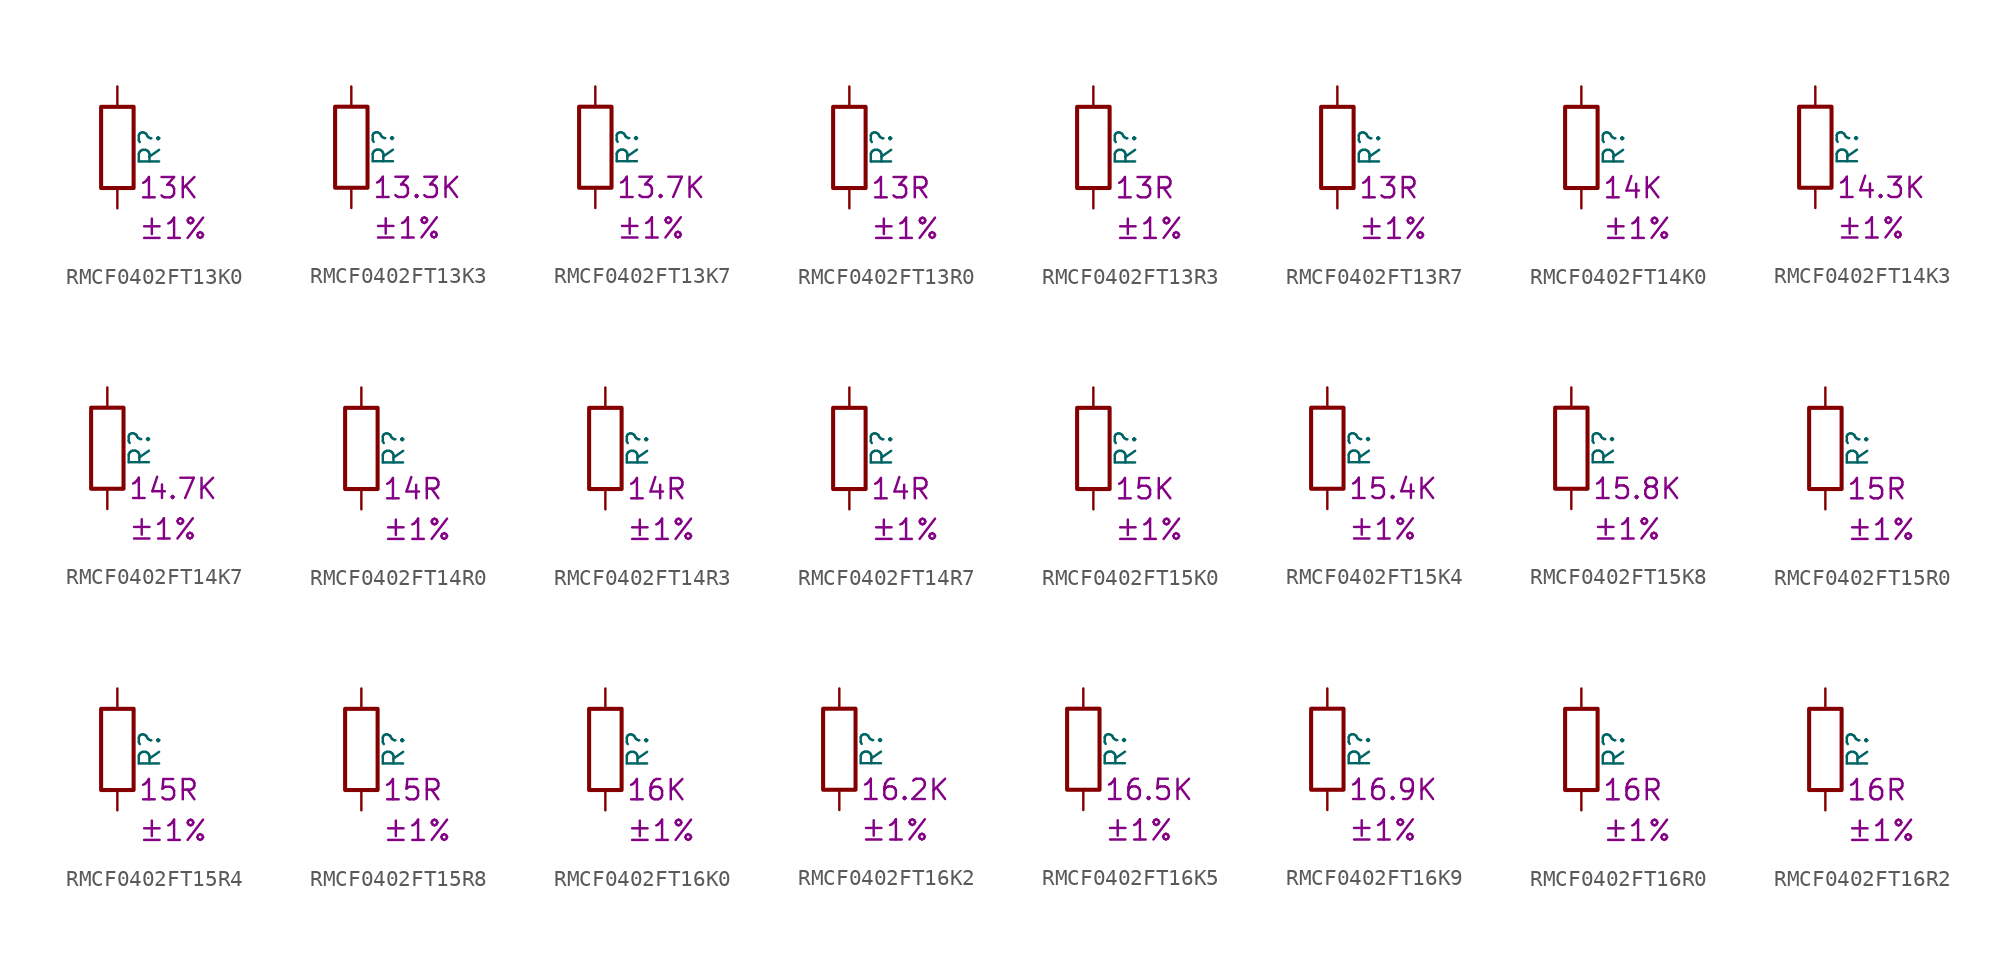
<source format=kicad_sym>
(kicad_symbol_lib
  (version 20220914)
  (generator kicad_symbol_editor)
  (symbol "RMCF0402FT13K0"
    (pin_numbers hide)
    (pin_names
      (offset 0))
    (property "Reference" "R"
      (at 2.032 0 90)
      (effects (font (size 1.27 1.27))))
    (property "Resistance" "13K"
      (at 1.27 -2.54 0)
      (effects (font (size 1.27 1.27)) (justify left)))
    (property "Tolerance" "±1%"
      (at 1.27 -5.08 0)
      (effects (font (size 1.27 1.27)) (justify left)))
    (symbol "RMCF0402FT13K0_0_1"
      (rectangle (start -1.016 -2.54) (end 1.016 2.54) (stroke (width 0.254) (type default)) (fill (type none))))
    (symbol "RMCF0402FT13K0_1_1"
      (pin passive line (at 0 3.81 270) (length 1.27) (name "~" (effects (font (size 1.27 1.27)))) (number "1" (effects (font (size 1.27 1.27)))))
      (pin passive line (at 0 -3.81 90) (length 1.27) (name "~" (effects (font (size 1.27 1.27)))) (number "2" (effects (font (size 1.27 1.27)))))))
  (symbol "RMCF0402FT13K3"
    (pin_numbers hide)
    (pin_names
      (offset 0))
    (property "Reference" "R"
      (at 2.032 0 90)
      (effects (font (size 1.27 1.27))))
    (property "Resistance" "13.3K"
      (at 1.27 -2.54 0)
      (effects (font (size 1.27 1.27)) (justify left)))
    (property "Tolerance" "±1%"
      (at 1.27 -5.08 0)
      (effects (font (size 1.27 1.27)) (justify left)))
    (symbol "RMCF0402FT13K3_0_1"
      (rectangle (start -1.016 -2.54) (end 1.016 2.54) (stroke (width 0.254) (type default)) (fill (type none))))
    (symbol "RMCF0402FT13K3_1_1"
      (pin passive line (at 0 3.81 270) (length 1.27) (name "~" (effects (font (size 1.27 1.27)))) (number "1" (effects (font (size 1.27 1.27)))))
      (pin passive line (at 0 -3.81 90) (length 1.27) (name "~" (effects (font (size 1.27 1.27)))) (number "2" (effects (font (size 1.27 1.27)))))))
  (symbol "RMCF0402FT13K7"
    (pin_numbers hide)
    (pin_names
      (offset 0))
    (property "Reference" "R"
      (at 2.032 0 90)
      (effects (font (size 1.27 1.27))))
    (property "Resistance" "13.7K"
      (at 1.27 -2.54 0)
      (effects (font (size 1.27 1.27)) (justify left)))
    (property "Tolerance" "±1%"
      (at 1.27 -5.08 0)
      (effects (font (size 1.27 1.27)) (justify left)))
    (symbol "RMCF0402FT13K7_0_1"
      (rectangle (start -1.016 -2.54) (end 1.016 2.54) (stroke (width 0.254) (type default)) (fill (type none))))
    (symbol "RMCF0402FT13K7_1_1"
      (pin passive line (at 0 3.81 270) (length 1.27) (name "~" (effects (font (size 1.27 1.27)))) (number "1" (effects (font (size 1.27 1.27)))))
      (pin passive line (at 0 -3.81 90) (length 1.27) (name "~" (effects (font (size 1.27 1.27)))) (number "2" (effects (font (size 1.27 1.27)))))))
  (symbol "RMCF0402FT13R0"
    (pin_numbers hide)
    (pin_names
      (offset 0))
    (property "Reference" "R"
      (at 2.032 0 90)
      (effects (font (size 1.27 1.27))))
    (property "Resistance" "13R"
      (at 1.27 -2.54 0)
      (effects (font (size 1.27 1.27)) (justify left)))
    (property "Tolerance" "±1%"
      (at 1.27 -5.08 0)
      (effects (font (size 1.27 1.27)) (justify left)))
    (symbol "RMCF0402FT13R0_0_1"
      (rectangle (start -1.016 -2.54) (end 1.016 2.54) (stroke (width 0.254) (type default)) (fill (type none))))
    (symbol "RMCF0402FT13R0_1_1"
      (pin passive line (at 0 3.81 270) (length 1.27) (name "~" (effects (font (size 1.27 1.27)))) (number "1" (effects (font (size 1.27 1.27)))))
      (pin passive line (at 0 -3.81 90) (length 1.27) (name "~" (effects (font (size 1.27 1.27)))) (number "2" (effects (font (size 1.27 1.27)))))))
  (symbol "RMCF0402FT13R3"
    (pin_numbers hide)
    (pin_names
      (offset 0))
    (property "Reference" "R"
      (at 2.032 0 90)
      (effects (font (size 1.27 1.27))))
    (property "Resistance" "13R"
      (at 1.27 -2.54 0)
      (effects (font (size 1.27 1.27)) (justify left)))
    (property "Tolerance" "±1%"
      (at 1.27 -5.08 0)
      (effects (font (size 1.27 1.27)) (justify left)))
    (symbol "RMCF0402FT13R3_0_1"
      (rectangle (start -1.016 -2.54) (end 1.016 2.54) (stroke (width 0.254) (type default)) (fill (type none))))
    (symbol "RMCF0402FT13R3_1_1"
      (pin passive line (at 0 3.81 270) (length 1.27) (name "~" (effects (font (size 1.27 1.27)))) (number "1" (effects (font (size 1.27 1.27)))))
      (pin passive line (at 0 -3.81 90) (length 1.27) (name "~" (effects (font (size 1.27 1.27)))) (number "2" (effects (font (size 1.27 1.27)))))))
  (symbol "RMCF0402FT13R7"
    (pin_numbers hide)
    (pin_names
      (offset 0))
    (property "Reference" "R"
      (at 2.032 0 90)
      (effects (font (size 1.27 1.27))))
    (property "Resistance" "13R"
      (at 1.27 -2.54 0)
      (effects (font (size 1.27 1.27)) (justify left)))
    (property "Tolerance" "±1%"
      (at 1.27 -5.08 0)
      (effects (font (size 1.27 1.27)) (justify left)))
    (symbol "RMCF0402FT13R7_0_1"
      (rectangle (start -1.016 -2.54) (end 1.016 2.54) (stroke (width 0.254) (type default)) (fill (type none))))
    (symbol "RMCF0402FT13R7_1_1"
      (pin passive line (at 0 3.81 270) (length 1.27) (name "~" (effects (font (size 1.27 1.27)))) (number "1" (effects (font (size 1.27 1.27)))))
      (pin passive line (at 0 -3.81 90) (length 1.27) (name "~" (effects (font (size 1.27 1.27)))) (number "2" (effects (font (size 1.27 1.27)))))))
  (symbol "RMCF0402FT14K0"
    (pin_numbers hide)
    (pin_names
      (offset 0))
    (property "Reference" "R"
      (at 2.032 0 90)
      (effects (font (size 1.27 1.27))))
    (property "Resistance" "14K"
      (at 1.27 -2.54 0)
      (effects (font (size 1.27 1.27)) (justify left)))
    (property "Tolerance" "±1%"
      (at 1.27 -5.08 0)
      (effects (font (size 1.27 1.27)) (justify left)))
    (symbol "RMCF0402FT14K0_0_1"
      (rectangle (start -1.016 -2.54) (end 1.016 2.54) (stroke (width 0.254) (type default)) (fill (type none))))
    (symbol "RMCF0402FT14K0_1_1"
      (pin passive line (at 0 3.81 270) (length 1.27) (name "~" (effects (font (size 1.27 1.27)))) (number "1" (effects (font (size 1.27 1.27)))))
      (pin passive line (at 0 -3.81 90) (length 1.27) (name "~" (effects (font (size 1.27 1.27)))) (number "2" (effects (font (size 1.27 1.27)))))))
  (symbol "RMCF0402FT14K3"
    (pin_numbers hide)
    (pin_names
      (offset 0))
    (property "Reference" "R"
      (at 2.032 0 90)
      (effects (font (size 1.27 1.27))))
    (property "Resistance" "14.3K"
      (at 1.27 -2.54 0)
      (effects (font (size 1.27 1.27)) (justify left)))
    (property "Tolerance" "±1%"
      (at 1.27 -5.08 0)
      (effects (font (size 1.27 1.27)) (justify left)))
    (symbol "RMCF0402FT14K3_0_1"
      (rectangle (start -1.016 -2.54) (end 1.016 2.54) (stroke (width 0.254) (type default)) (fill (type none))))
    (symbol "RMCF0402FT14K3_1_1"
      (pin passive line (at 0 3.81 270) (length 1.27) (name "~" (effects (font (size 1.27 1.27)))) (number "1" (effects (font (size 1.27 1.27)))))
      (pin passive line (at 0 -3.81 90) (length 1.27) (name "~" (effects (font (size 1.27 1.27)))) (number "2" (effects (font (size 1.27 1.27)))))))
  (symbol "RMCF0402FT14K7"
    (pin_numbers hide)
    (pin_names
      (offset 0))
    (property "Reference" "R"
      (at 2.032 0 90)
      (effects (font (size 1.27 1.27))))
    (property "Resistance" "14.7K"
      (at 1.27 -2.54 0)
      (effects (font (size 1.27 1.27)) (justify left)))
    (property "Tolerance" "±1%"
      (at 1.27 -5.08 0)
      (effects (font (size 1.27 1.27)) (justify left)))
    (symbol "RMCF0402FT14K7_0_1"
      (rectangle (start -1.016 -2.54) (end 1.016 2.54) (stroke (width 0.254) (type default)) (fill (type none))))
    (symbol "RMCF0402FT14K7_1_1"
      (pin passive line (at 0 3.81 270) (length 1.27) (name "~" (effects (font (size 1.27 1.27)))) (number "1" (effects (font (size 1.27 1.27)))))
      (pin passive line (at 0 -3.81 90) (length 1.27) (name "~" (effects (font (size 1.27 1.27)))) (number "2" (effects (font (size 1.27 1.27)))))))
  (symbol "RMCF0402FT14R0"
    (pin_numbers hide)
    (pin_names
      (offset 0))
    (property "Reference" "R"
      (at 2.032 0 90)
      (effects (font (size 1.27 1.27))))
    (property "Resistance" "14R"
      (at 1.27 -2.54 0)
      (effects (font (size 1.27 1.27)) (justify left)))
    (property "Tolerance" "±1%"
      (at 1.27 -5.08 0)
      (effects (font (size 1.27 1.27)) (justify left)))
    (symbol "RMCF0402FT14R0_0_1"
      (rectangle (start -1.016 -2.54) (end 1.016 2.54) (stroke (width 0.254) (type default)) (fill (type none))))
    (symbol "RMCF0402FT14R0_1_1"
      (pin passive line (at 0 3.81 270) (length 1.27) (name "~" (effects (font (size 1.27 1.27)))) (number "1" (effects (font (size 1.27 1.27)))))
      (pin passive line (at 0 -3.81 90) (length 1.27) (name "~" (effects (font (size 1.27 1.27)))) (number "2" (effects (font (size 1.27 1.27)))))))
  (symbol "RMCF0402FT14R3"
    (pin_numbers hide)
    (pin_names
      (offset 0))
    (property "Reference" "R"
      (at 2.032 0 90)
      (effects (font (size 1.27 1.27))))
    (property "Resistance" "14R"
      (at 1.27 -2.54 0)
      (effects (font (size 1.27 1.27)) (justify left)))
    (property "Tolerance" "±1%"
      (at 1.27 -5.08 0)
      (effects (font (size 1.27 1.27)) (justify left)))
    (symbol "RMCF0402FT14R3_0_1"
      (rectangle (start -1.016 -2.54) (end 1.016 2.54) (stroke (width 0.254) (type default)) (fill (type none))))
    (symbol "RMCF0402FT14R3_1_1"
      (pin passive line (at 0 3.81 270) (length 1.27) (name "~" (effects (font (size 1.27 1.27)))) (number "1" (effects (font (size 1.27 1.27)))))
      (pin passive line (at 0 -3.81 90) (length 1.27) (name "~" (effects (font (size 1.27 1.27)))) (number "2" (effects (font (size 1.27 1.27)))))))
  (symbol "RMCF0402FT14R7"
    (pin_numbers hide)
    (pin_names
      (offset 0))
    (property "Reference" "R"
      (at 2.032 0 90)
      (effects (font (size 1.27 1.27))))
    (property "Resistance" "14R"
      (at 1.27 -2.54 0)
      (effects (font (size 1.27 1.27)) (justify left)))
    (property "Tolerance" "±1%"
      (at 1.27 -5.08 0)
      (effects (font (size 1.27 1.27)) (justify left)))
    (symbol "RMCF0402FT14R7_0_1"
      (rectangle (start -1.016 -2.54) (end 1.016 2.54) (stroke (width 0.254) (type default)) (fill (type none))))
    (symbol "RMCF0402FT14R7_1_1"
      (pin passive line (at 0 3.81 270) (length 1.27) (name "~" (effects (font (size 1.27 1.27)))) (number "1" (effects (font (size 1.27 1.27)))))
      (pin passive line (at 0 -3.81 90) (length 1.27) (name "~" (effects (font (size 1.27 1.27)))) (number "2" (effects (font (size 1.27 1.27)))))))
  (symbol "RMCF0402FT15K0"
    (pin_numbers hide)
    (pin_names
      (offset 0))
    (property "Reference" "R"
      (at 2.032 0 90)
      (effects (font (size 1.27 1.27))))
    (property "Resistance" "15K"
      (at 1.27 -2.54 0)
      (effects (font (size 1.27 1.27)) (justify left)))
    (property "Tolerance" "±1%"
      (at 1.27 -5.08 0)
      (effects (font (size 1.27 1.27)) (justify left)))
    (symbol "RMCF0402FT15K0_0_1"
      (rectangle (start -1.016 -2.54) (end 1.016 2.54) (stroke (width 0.254) (type default)) (fill (type none))))
    (symbol "RMCF0402FT15K0_1_1"
      (pin passive line (at 0 3.81 270) (length 1.27) (name "~" (effects (font (size 1.27 1.27)))) (number "1" (effects (font (size 1.27 1.27)))))
      (pin passive line (at 0 -3.81 90) (length 1.27) (name "~" (effects (font (size 1.27 1.27)))) (number "2" (effects (font (size 1.27 1.27)))))))
  (symbol "RMCF0402FT15K4"
    (pin_numbers hide)
    (pin_names
      (offset 0))
    (property "Reference" "R"
      (at 2.032 0 90)
      (effects (font (size 1.27 1.27))))
    (property "Resistance" "15.4K"
      (at 1.27 -2.54 0)
      (effects (font (size 1.27 1.27)) (justify left)))
    (property "Tolerance" "±1%"
      (at 1.27 -5.08 0)
      (effects (font (size 1.27 1.27)) (justify left)))
    (symbol "RMCF0402FT15K4_0_1"
      (rectangle (start -1.016 -2.54) (end 1.016 2.54) (stroke (width 0.254) (type default)) (fill (type none))))
    (symbol "RMCF0402FT15K4_1_1"
      (pin passive line (at 0 3.81 270) (length 1.27) (name "~" (effects (font (size 1.27 1.27)))) (number "1" (effects (font (size 1.27 1.27)))))
      (pin passive line (at 0 -3.81 90) (length 1.27) (name "~" (effects (font (size 1.27 1.27)))) (number "2" (effects (font (size 1.27 1.27)))))))
  (symbol "RMCF0402FT15K8"
    (pin_numbers hide)
    (pin_names
      (offset 0))
    (property "Reference" "R"
      (at 2.032 0 90)
      (effects (font (size 1.27 1.27))))
    (property "Resistance" "15.8K"
      (at 1.27 -2.54 0)
      (effects (font (size 1.27 1.27)) (justify left)))
    (property "Tolerance" "±1%"
      (at 1.27 -5.08 0)
      (effects (font (size 1.27 1.27)) (justify left)))
    (symbol "RMCF0402FT15K8_0_1"
      (rectangle (start -1.016 -2.54) (end 1.016 2.54) (stroke (width 0.254) (type default)) (fill (type none))))
    (symbol "RMCF0402FT15K8_1_1"
      (pin passive line (at 0 3.81 270) (length 1.27) (name "~" (effects (font (size 1.27 1.27)))) (number "1" (effects (font (size 1.27 1.27)))))
      (pin passive line (at 0 -3.81 90) (length 1.27) (name "~" (effects (font (size 1.27 1.27)))) (number "2" (effects (font (size 1.27 1.27)))))))
  (symbol "RMCF0402FT15R0"
    (pin_numbers hide)
    (pin_names
      (offset 0))
    (property "Reference" "R"
      (at 2.032 0 90)
      (effects (font (size 1.27 1.27))))
    (property "Resistance" "15R"
      (at 1.27 -2.54 0)
      (effects (font (size 1.27 1.27)) (justify left)))
    (property "Tolerance" "±1%"
      (at 1.27 -5.08 0)
      (effects (font (size 1.27 1.27)) (justify left)))
    (symbol "RMCF0402FT15R0_0_1"
      (rectangle (start -1.016 -2.54) (end 1.016 2.54) (stroke (width 0.254) (type default)) (fill (type none))))
    (symbol "RMCF0402FT15R0_1_1"
      (pin passive line (at 0 3.81 270) (length 1.27) (name "~" (effects (font (size 1.27 1.27)))) (number "1" (effects (font (size 1.27 1.27)))))
      (pin passive line (at 0 -3.81 90) (length 1.27) (name "~" (effects (font (size 1.27 1.27)))) (number "2" (effects (font (size 1.27 1.27)))))))
  (symbol "RMCF0402FT15R4"
    (pin_numbers hide)
    (pin_names
      (offset 0))
    (property "Reference" "R"
      (at 2.032 0 90)
      (effects (font (size 1.27 1.27))))
    (property "Resistance" "15R"
      (at 1.27 -2.54 0)
      (effects (font (size 1.27 1.27)) (justify left)))
    (property "Tolerance" "±1%"
      (at 1.27 -5.08 0)
      (effects (font (size 1.27 1.27)) (justify left)))
    (symbol "RMCF0402FT15R4_0_1"
      (rectangle (start -1.016 -2.54) (end 1.016 2.54) (stroke (width 0.254) (type default)) (fill (type none))))
    (symbol "RMCF0402FT15R4_1_1"
      (pin passive line (at 0 3.81 270) (length 1.27) (name "~" (effects (font (size 1.27 1.27)))) (number "1" (effects (font (size 1.27 1.27)))))
      (pin passive line (at 0 -3.81 90) (length 1.27) (name "~" (effects (font (size 1.27 1.27)))) (number "2" (effects (font (size 1.27 1.27)))))))
  (symbol "RMCF0402FT15R8"
    (pin_numbers hide)
    (pin_names
      (offset 0))
    (property "Reference" "R"
      (at 2.032 0 90)
      (effects (font (size 1.27 1.27))))
    (property "Resistance" "15R"
      (at 1.27 -2.54 0)
      (effects (font (size 1.27 1.27)) (justify left)))
    (property "Tolerance" "±1%"
      (at 1.27 -5.08 0)
      (effects (font (size 1.27 1.27)) (justify left)))
    (symbol "RMCF0402FT15R8_0_1"
      (rectangle (start -1.016 -2.54) (end 1.016 2.54) (stroke (width 0.254) (type default)) (fill (type none))))
    (symbol "RMCF0402FT15R8_1_1"
      (pin passive line (at 0 3.81 270) (length 1.27) (name "~" (effects (font (size 1.27 1.27)))) (number "1" (effects (font (size 1.27 1.27)))))
      (pin passive line (at 0 -3.81 90) (length 1.27) (name "~" (effects (font (size 1.27 1.27)))) (number "2" (effects (font (size 1.27 1.27)))))))
  (symbol "RMCF0402FT16K0"
    (pin_numbers hide)
    (pin_names
      (offset 0))
    (property "Reference" "R"
      (at 2.032 0 90)
      (effects (font (size 1.27 1.27))))
    (property "Resistance" "16K"
      (at 1.27 -2.54 0)
      (effects (font (size 1.27 1.27)) (justify left)))
    (property "Tolerance" "±1%"
      (at 1.27 -5.08 0)
      (effects (font (size 1.27 1.27)) (justify left)))
    (symbol "RMCF0402FT16K0_0_1"
      (rectangle (start -1.016 -2.54) (end 1.016 2.54) (stroke (width 0.254) (type default)) (fill (type none))))
    (symbol "RMCF0402FT16K0_1_1"
      (pin passive line (at 0 3.81 270) (length 1.27) (name "~" (effects (font (size 1.27 1.27)))) (number "1" (effects (font (size 1.27 1.27)))))
      (pin passive line (at 0 -3.81 90) (length 1.27) (name "~" (effects (font (size 1.27 1.27)))) (number "2" (effects (font (size 1.27 1.27)))))))
  (symbol "RMCF0402FT16K2"
    (pin_numbers hide)
    (pin_names
      (offset 0))
    (property "Reference" "R"
      (at 2.032 0 90)
      (effects (font (size 1.27 1.27))))
    (property "Resistance" "16.2K"
      (at 1.27 -2.54 0)
      (effects (font (size 1.27 1.27)) (justify left)))
    (property "Tolerance" "±1%"
      (at 1.27 -5.08 0)
      (effects (font (size 1.27 1.27)) (justify left)))
    (symbol "RMCF0402FT16K2_0_1"
      (rectangle (start -1.016 -2.54) (end 1.016 2.54) (stroke (width 0.254) (type default)) (fill (type none))))
    (symbol "RMCF0402FT16K2_1_1"
      (pin passive line (at 0 3.81 270) (length 1.27) (name "~" (effects (font (size 1.27 1.27)))) (number "1" (effects (font (size 1.27 1.27)))))
      (pin passive line (at 0 -3.81 90) (length 1.27) (name "~" (effects (font (size 1.27 1.27)))) (number "2" (effects (font (size 1.27 1.27)))))))
  (symbol "RMCF0402FT16K5"
    (pin_numbers hide)
    (pin_names
      (offset 0))
    (property "Reference" "R"
      (at 2.032 0 90)
      (effects (font (size 1.27 1.27))))
    (property "Resistance" "16.5K"
      (at 1.27 -2.54 0)
      (effects (font (size 1.27 1.27)) (justify left)))
    (property "Tolerance" "±1%"
      (at 1.27 -5.08 0)
      (effects (font (size 1.27 1.27)) (justify left)))
    (symbol "RMCF0402FT16K5_0_1"
      (rectangle (start -1.016 -2.54) (end 1.016 2.54) (stroke (width 0.254) (type default)) (fill (type none))))
    (symbol "RMCF0402FT16K5_1_1"
      (pin passive line (at 0 3.81 270) (length 1.27) (name "~" (effects (font (size 1.27 1.27)))) (number "1" (effects (font (size 1.27 1.27)))))
      (pin passive line (at 0 -3.81 90) (length 1.27) (name "~" (effects (font (size 1.27 1.27)))) (number "2" (effects (font (size 1.27 1.27)))))))
  (symbol "RMCF0402FT16K9"
    (pin_numbers hide)
    (pin_names
      (offset 0))
    (property "Reference" "R"
      (at 2.032 0 90)
      (effects (font (size 1.27 1.27))))
    (property "Resistance" "16.9K"
      (at 1.27 -2.54 0)
      (effects (font (size 1.27 1.27)) (justify left)))
    (property "Tolerance" "±1%"
      (at 1.27 -5.08 0)
      (effects (font (size 1.27 1.27)) (justify left)))
    (symbol "RMCF0402FT16K9_0_1"
      (rectangle (start -1.016 -2.54) (end 1.016 2.54) (stroke (width 0.254) (type default)) (fill (type none))))
    (symbol "RMCF0402FT16K9_1_1"
      (pin passive line (at 0 3.81 270) (length 1.27) (name "~" (effects (font (size 1.27 1.27)))) (number "1" (effects (font (size 1.27 1.27)))))
      (pin passive line (at 0 -3.81 90) (length 1.27) (name "~" (effects (font (size 1.27 1.27)))) (number "2" (effects (font (size 1.27 1.27)))))))
  (symbol "RMCF0402FT16R0"
    (pin_numbers hide)
    (pin_names
      (offset 0))
    (property "Reference" "R"
      (at 2.032 0 90)
      (effects (font (size 1.27 1.27))))
    (property "Resistance" "16R"
      (at 1.27 -2.54 0)
      (effects (font (size 1.27 1.27)) (justify left)))
    (property "Tolerance" "±1%"
      (at 1.27 -5.08 0)
      (effects (font (size 1.27 1.27)) (justify left)))
    (symbol "RMCF0402FT16R0_0_1"
      (rectangle (start -1.016 -2.54) (end 1.016 2.54) (stroke (width 0.254) (type default)) (fill (type none))))
    (symbol "RMCF0402FT16R0_1_1"
      (pin passive line (at 0 3.81 270) (length 1.27) (name "~" (effects (font (size 1.27 1.27)))) (number "1" (effects (font (size 1.27 1.27)))))
      (pin passive line (at 0 -3.81 90) (length 1.27) (name "~" (effects (font (size 1.27 1.27)))) (number "2" (effects (font (size 1.27 1.27)))))))
  (symbol "RMCF0402FT16R2"
    (pin_numbers hide)
    (pin_names
      (offset 0))
    (property "Reference" "R"
      (at 2.032 0 90)
      (effects (font (size 1.27 1.27))))
    (property "Resistance" "16R"
      (at 1.27 -2.54 0)
      (effects (font (size 1.27 1.27)) (justify left)))
    (property "Tolerance" "±1%"
      (at 1.27 -5.08 0)
      (effects (font (size 1.27 1.27)) (justify left)))
    (symbol "RMCF0402FT16R2_0_1"
      (rectangle (start -1.016 -2.54) (end 1.016 2.54) (stroke (width 0.254) (type default)) (fill (type none))))
    (symbol "RMCF0402FT16R2_1_1"
      (pin passive line (at 0 3.81 270) (length 1.27) (name "~" (effects (font (size 1.27 1.27)))) (number "1" (effects (font (size 1.27 1.27)))))
      (pin passive line (at 0 -3.81 90) (length 1.27) (name "~" (effects (font (size 1.27 1.27)))) (number "2" (effects (font (size 1.27 1.27))))))))
</source>
